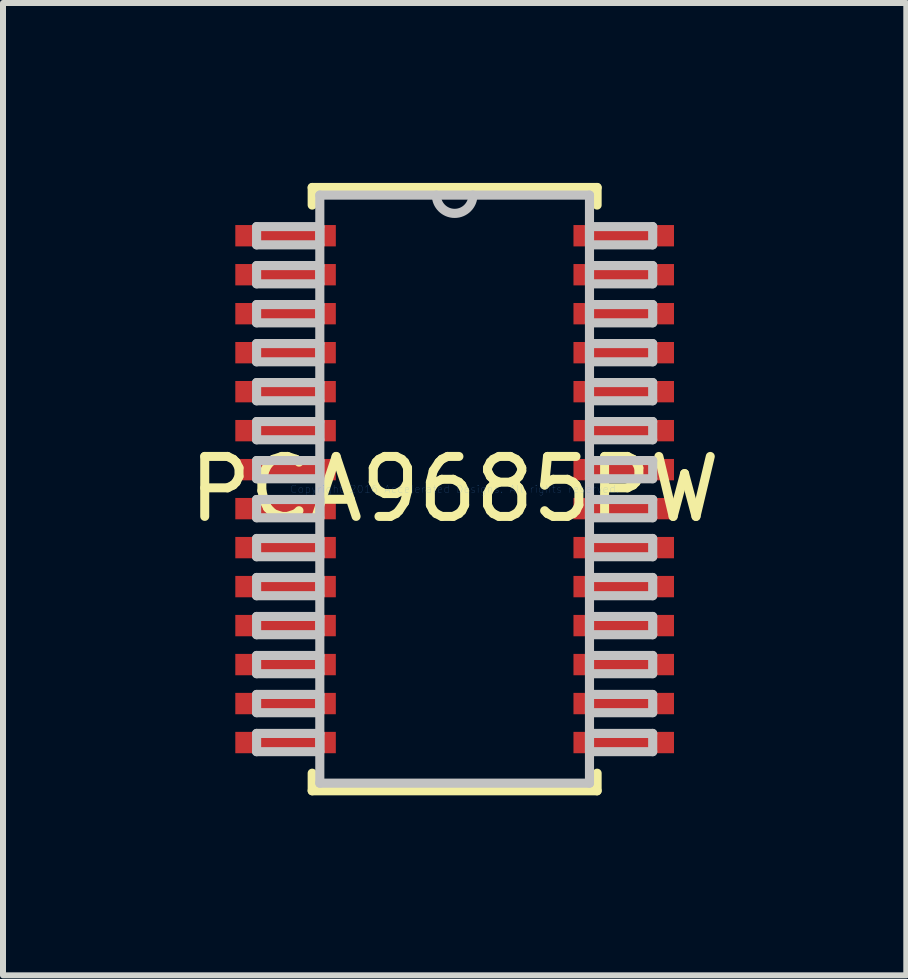
<source format=kicad_pcb>
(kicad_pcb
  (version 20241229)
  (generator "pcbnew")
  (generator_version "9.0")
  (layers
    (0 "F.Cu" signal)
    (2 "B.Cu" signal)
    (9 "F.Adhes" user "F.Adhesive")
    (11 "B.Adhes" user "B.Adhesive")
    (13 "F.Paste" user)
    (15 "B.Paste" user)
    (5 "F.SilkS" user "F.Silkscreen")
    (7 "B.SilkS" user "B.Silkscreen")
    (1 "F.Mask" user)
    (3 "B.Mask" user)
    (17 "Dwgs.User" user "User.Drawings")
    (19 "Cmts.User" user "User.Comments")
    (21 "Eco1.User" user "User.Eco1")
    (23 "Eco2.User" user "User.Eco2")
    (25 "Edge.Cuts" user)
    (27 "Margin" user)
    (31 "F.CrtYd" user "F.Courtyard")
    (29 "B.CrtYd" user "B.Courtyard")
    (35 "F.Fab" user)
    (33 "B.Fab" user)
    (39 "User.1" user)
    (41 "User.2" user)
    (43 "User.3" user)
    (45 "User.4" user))
  (footprint "PCA9685PW"
    (layer "F.Cu")
    (at 4.53 5.105)
    (property "Reference" "PCA9685PW" (at 0 0 0) (layer "F.SilkS") (effects (font (size 1 1) (thickness 0.15))))
    (attr through_hole)
    (fp_line (start -2.375 -5.029) (end -2.375 -4.736) (stroke (width 0.152) (type solid)) (layer "F.SilkS"))
    (fp_line (start -2.375 4.736) (end -2.375 5.029) (stroke (width 0.152) (type solid)) (layer "F.SilkS"))
    (fp_line (start -2.375 5.029) (end 2.375 5.029) (stroke (width 0.152) (type solid)) (layer "F.SilkS"))
    (fp_line (start 2.375 -5.029) (end -2.375 -5.029) (stroke (width 0.152) (type solid)) (layer "F.SilkS"))
    (fp_line (start 2.375 -4.736) (end 2.375 -5.029) (stroke (width 0.152) (type solid)) (layer "F.SilkS"))
    (fp_line (start 2.375 5.029) (end 2.375 4.736) (stroke (width 0.152) (type solid)) (layer "F.SilkS"))
    (fp_line (start -3.302 -4.377) (end -3.302 -4.073) (stroke (width 0.152) (type solid)) (layer "Dwgs.User"))
    (fp_line (start -3.302 -4.073) (end -2.248 -4.073) (stroke (width 0.152) (type solid)) (layer "Dwgs.User"))
    (fp_line (start -3.302 -3.727) (end -3.302 -3.423) (stroke (width 0.152) (type solid)) (layer "Dwgs.User"))
    (fp_line (start -3.302 -3.423) (end -2.248 -3.423) (stroke (width 0.152) (type solid)) (layer "Dwgs.User"))
    (fp_line (start -3.302 -3.077) (end -3.302 -2.773) (stroke (width 0.152) (type solid)) (layer "Dwgs.User"))
    (fp_line (start -3.302 -2.773) (end -2.248 -2.773) (stroke (width 0.152) (type solid)) (layer "Dwgs.User"))
    (fp_line (start -3.302 -2.427) (end -3.302 -2.123) (stroke (width 0.152) (type solid)) (layer "Dwgs.User"))
    (fp_line (start -3.302 -2.123) (end -2.248 -2.123) (stroke (width 0.152) (type solid)) (layer "Dwgs.User"))
    (fp_line (start -3.302 -1.777) (end -3.302 -1.473) (stroke (width 0.152) (type solid)) (layer "Dwgs.User"))
    (fp_line (start -3.302 -1.473) (end -2.248 -1.473) (stroke (width 0.152) (type solid)) (layer "Dwgs.User"))
    (fp_line (start -3.302 -1.127) (end -3.302 -0.823) (stroke (width 0.152) (type solid)) (layer "Dwgs.User"))
    (fp_line (start -3.302 -0.823) (end -2.248 -0.823) (stroke (width 0.152) (type solid)) (layer "Dwgs.User"))
    (fp_line (start -3.302 -0.477) (end -3.302 -0.173) (stroke (width 0.152) (type solid)) (layer "Dwgs.User"))
    (fp_line (start -3.302 -0.173) (end -2.248 -0.173) (stroke (width 0.152) (type solid)) (layer "Dwgs.User"))
    (fp_line (start -3.302 0.173) (end -3.302 0.477) (stroke (width 0.152) (type solid)) (layer "Dwgs.User"))
    (fp_line (start -3.302 0.477) (end -2.248 0.477) (stroke (width 0.152) (type solid)) (layer "Dwgs.User"))
    (fp_line (start -3.302 0.823) (end -3.302 1.127) (stroke (width 0.152) (type solid)) (layer "Dwgs.User"))
    (fp_line (start -3.302 1.127) (end -2.248 1.127) (stroke (width 0.152) (type solid)) (layer "Dwgs.User"))
    (fp_line (start -3.302 1.473) (end -3.302 1.777) (stroke (width 0.152) (type solid)) (layer "Dwgs.User"))
    (fp_line (start -3.302 1.777) (end -2.248 1.777) (stroke (width 0.152) (type solid)) (layer "Dwgs.User"))
    (fp_line (start -3.302 2.123) (end -3.302 2.427) (stroke (width 0.152) (type solid)) (layer "Dwgs.User"))
    (fp_line (start -3.302 2.427) (end -2.248 2.427) (stroke (width 0.152) (type solid)) (layer "Dwgs.User"))
    (fp_line (start -3.302 2.773) (end -3.302 3.077) (stroke (width 0.152) (type solid)) (layer "Dwgs.User"))
    (fp_line (start -3.302 3.077) (end -2.248 3.077) (stroke (width 0.152) (type solid)) (layer "Dwgs.User"))
    (fp_line (start -3.302 3.423) (end -3.302 3.727) (stroke (width 0.152) (type solid)) (layer "Dwgs.User"))
    (fp_line (start -3.302 3.727) (end -2.248 3.727) (stroke (width 0.152) (type solid)) (layer "Dwgs.User"))
    (fp_line (start -3.302 4.073) (end -3.302 4.377) (stroke (width 0.152) (type solid)) (layer "Dwgs.User"))
    (fp_line (start -3.302 4.377) (end -2.248 4.377) (stroke (width 0.152) (type solid)) (layer "Dwgs.User"))
    (fp_line (start -2.248 -4.902) (end -2.248 4.902) (stroke (width 0.152) (type solid)) (layer "Dwgs.User"))
    (fp_line (start -2.248 -4.377) (end -3.302 -4.377) (stroke (width 0.152) (type solid)) (layer "Dwgs.User"))
    (fp_line (start -2.248 -4.073) (end -2.248 -4.377) (stroke (width 0.152) (type solid)) (layer "Dwgs.User"))
    (fp_line (start -2.248 -3.727) (end -3.302 -3.727) (stroke (width 0.152) (type solid)) (layer "Dwgs.User"))
    (fp_line (start -2.248 -3.423) (end -2.248 -3.727) (stroke (width 0.152) (type solid)) (layer "Dwgs.User"))
    (fp_line (start -2.248 -3.077) (end -3.302 -3.077) (stroke (width 0.152) (type solid)) (layer "Dwgs.User"))
    (fp_line (start -2.248 -2.773) (end -2.248 -3.077) (stroke (width 0.152) (type solid)) (layer "Dwgs.User"))
    (fp_line (start -2.248 -2.427) (end -3.302 -2.427) (stroke (width 0.152) (type solid)) (layer "Dwgs.User"))
    (fp_line (start -2.248 -2.123) (end -2.248 -2.427) (stroke (width 0.152) (type solid)) (layer "Dwgs.User"))
    (fp_line (start -2.248 -1.777) (end -3.302 -1.777) (stroke (width 0.152) (type solid)) (layer "Dwgs.User"))
    (fp_line (start -2.248 -1.473) (end -2.248 -1.777) (stroke (width 0.152) (type solid)) (layer "Dwgs.User"))
    (fp_line (start -2.248 -1.127) (end -3.302 -1.127) (stroke (width 0.152) (type solid)) (layer "Dwgs.User"))
    (fp_line (start -2.248 -0.823) (end -2.248 -1.127) (stroke (width 0.152) (type solid)) (layer "Dwgs.User"))
    (fp_line (start -2.248 -0.477) (end -3.302 -0.477) (stroke (width 0.152) (type solid)) (layer "Dwgs.User"))
    (fp_line (start -2.248 -0.173) (end -2.248 -0.477) (stroke (width 0.152) (type solid)) (layer "Dwgs.User"))
    (fp_line (start -2.248 0.173) (end -3.302 0.173) (stroke (width 0.152) (type solid)) (layer "Dwgs.User"))
    (fp_line (start -2.248 0.477) (end -2.248 0.173) (stroke (width 0.152) (type solid)) (layer "Dwgs.User"))
    (fp_line (start -2.248 0.823) (end -3.302 0.823) (stroke (width 0.152) (type solid)) (layer "Dwgs.User"))
    (fp_line (start -2.248 1.127) (end -2.248 0.823) (stroke (width 0.152) (type solid)) (layer "Dwgs.User"))
    (fp_line (start -2.248 1.473) (end -3.302 1.473) (stroke (width 0.152) (type solid)) (layer "Dwgs.User"))
    (fp_line (start -2.248 1.777) (end -2.248 1.473) (stroke (width 0.152) (type solid)) (layer "Dwgs.User"))
    (fp_line (start -2.248 2.123) (end -3.302 2.123) (stroke (width 0.152) (type solid)) (layer "Dwgs.User"))
    (fp_line (start -2.248 2.427) (end -2.248 2.123) (stroke (width 0.152) (type solid)) (layer "Dwgs.User"))
    (fp_line (start -2.248 2.773) (end -3.302 2.773) (stroke (width 0.152) (type solid)) (layer "Dwgs.User"))
    (fp_line (start -2.248 3.077) (end -2.248 2.773) (stroke (width 0.152) (type solid)) (layer "Dwgs.User"))
    (fp_line (start -2.248 3.423) (end -3.302 3.423) (stroke (width 0.152) (type solid)) (layer "Dwgs.User"))
    (fp_line (start -2.248 3.727) (end -2.248 3.423) (stroke (width 0.152) (type solid)) (layer "Dwgs.User"))
    (fp_line (start -2.248 4.073) (end -3.302 4.073) (stroke (width 0.152) (type solid)) (layer "Dwgs.User"))
    (fp_line (start -2.248 4.377) (end -2.248 4.073) (stroke (width 0.152) (type solid)) (layer "Dwgs.User"))
    (fp_line (start -2.248 4.902) (end 2.248 4.902) (stroke (width 0.152) (type solid)) (layer "Dwgs.User"))
    (fp_line (start 2.248 -4.902) (end -2.248 -4.902) (stroke (width 0.152) (type solid)) (layer "Dwgs.User"))
    (fp_line (start 2.248 -4.377) (end 2.248 -4.073) (stroke (width 0.152) (type solid)) (layer "Dwgs.User"))
    (fp_line (start 2.248 -4.073) (end 3.302 -4.073) (stroke (width 0.152) (type solid)) (layer "Dwgs.User"))
    (fp_line (start 2.248 -3.727) (end 2.248 -3.423) (stroke (width 0.152) (type solid)) (layer "Dwgs.User"))
    (fp_line (start 2.248 -3.423) (end 3.302 -3.423) (stroke (width 0.152) (type solid)) (layer "Dwgs.User"))
    (fp_line (start 2.248 -3.077) (end 2.248 -2.773) (stroke (width 0.152) (type solid)) (layer "Dwgs.User"))
    (fp_line (start 2.248 -2.773) (end 3.302 -2.773) (stroke (width 0.152) (type solid)) (layer "Dwgs.User"))
    (fp_line (start 2.248 -2.427) (end 2.248 -2.123) (stroke (width 0.152) (type solid)) (layer "Dwgs.User"))
    (fp_line (start 2.248 -2.123) (end 3.302 -2.123) (stroke (width 0.152) (type solid)) (layer "Dwgs.User"))
    (fp_line (start 2.248 -1.777) (end 2.248 -1.473) (stroke (width 0.152) (type solid)) (layer "Dwgs.User"))
    (fp_line (start 2.248 -1.473) (end 3.302 -1.473) (stroke (width 0.152) (type solid)) (layer "Dwgs.User"))
    (fp_line (start 2.248 -1.127) (end 2.248 -0.823) (stroke (width 0.152) (type solid)) (layer "Dwgs.User"))
    (fp_line (start 2.248 -0.823) (end 3.302 -0.823) (stroke (width 0.152) (type solid)) (layer "Dwgs.User"))
    (fp_line (start 2.248 -0.477) (end 2.248 -0.173) (stroke (width 0.152) (type solid)) (layer "Dwgs.User"))
    (fp_line (start 2.248 -0.173) (end 3.302 -0.173) (stroke (width 0.152) (type solid)) (layer "Dwgs.User"))
    (fp_line (start 2.248 0.173) (end 2.248 0.477) (stroke (width 0.152) (type solid)) (layer "Dwgs.User"))
    (fp_line (start 2.248 0.477) (end 3.302 0.477) (stroke (width 0.152) (type solid)) (layer "Dwgs.User"))
    (fp_line (start 2.248 0.823) (end 2.248 1.127) (stroke (width 0.152) (type solid)) (layer "Dwgs.User"))
    (fp_line (start 2.248 1.127) (end 3.302 1.127) (stroke (width 0.152) (type solid)) (layer "Dwgs.User"))
    (fp_line (start 2.248 1.473) (end 2.248 1.777) (stroke (width 0.152) (type solid)) (layer "Dwgs.User"))
    (fp_line (start 2.248 1.777) (end 3.302 1.777) (stroke (width 0.152) (type solid)) (layer "Dwgs.User"))
    (fp_line (start 2.248 2.123) (end 2.248 2.427) (stroke (width 0.152) (type solid)) (layer "Dwgs.User"))
    (fp_line (start 2.248 2.427) (end 3.302 2.427) (stroke (width 0.152) (type solid)) (layer "Dwgs.User"))
    (fp_line (start 2.248 2.773) (end 2.248 3.077) (stroke (width 0.152) (type solid)) (layer "Dwgs.User"))
    (fp_line (start 2.248 3.077) (end 3.302 3.077) (stroke (width 0.152) (type solid)) (layer "Dwgs.User"))
    (fp_line (start 2.248 3.423) (end 2.248 3.727) (stroke (width 0.152) (type solid)) (layer "Dwgs.User"))
    (fp_line (start 2.248 3.727) (end 3.302 3.727) (stroke (width 0.152) (type solid)) (layer "Dwgs.User"))
    (fp_line (start 2.248 4.073) (end 2.248 4.377) (stroke (width 0.152) (type solid)) (layer "Dwgs.User"))
    (fp_line (start 2.248 4.377) (end 3.302 4.377) (stroke (width 0.152) (type solid)) (layer "Dwgs.User"))
    (fp_line (start 2.248 4.902) (end 2.248 -4.902) (stroke (width 0.152) (type solid)) (layer "Dwgs.User"))
    (fp_line (start 3.302 -4.377) (end 2.248 -4.377) (stroke (width 0.152) (type solid)) (layer "Dwgs.User"))
    (fp_line (start 3.302 -4.073) (end 3.302 -4.377) (stroke (width 0.152) (type solid)) (layer "Dwgs.User"))
    (fp_line (start 3.302 -3.727) (end 2.248 -3.727) (stroke (width 0.152) (type solid)) (layer "Dwgs.User"))
    (fp_line (start 3.302 -3.423) (end 3.302 -3.727) (stroke (width 0.152) (type solid)) (layer "Dwgs.User"))
    (fp_line (start 3.302 -3.077) (end 2.248 -3.077) (stroke (width 0.152) (type solid)) (layer "Dwgs.User"))
    (fp_line (start 3.302 -2.773) (end 3.302 -3.077) (stroke (width 0.152) (type solid)) (layer "Dwgs.User"))
    (fp_line (start 3.302 -2.427) (end 2.248 -2.427) (stroke (width 0.152) (type solid)) (layer "Dwgs.User"))
    (fp_line (start 3.302 -2.123) (end 3.302 -2.427) (stroke (width 0.152) (type solid)) (layer "Dwgs.User"))
    (fp_line (start 3.302 -1.777) (end 2.248 -1.777) (stroke (width 0.152) (type solid)) (layer "Dwgs.User"))
    (fp_line (start 3.302 -1.473) (end 3.302 -1.777) (stroke (width 0.152) (type solid)) (layer "Dwgs.User"))
    (fp_line (start 3.302 -1.127) (end 2.248 -1.127) (stroke (width 0.152) (type solid)) (layer "Dwgs.User"))
    (fp_line (start 3.302 -0.823) (end 3.302 -1.127) (stroke (width 0.152) (type solid)) (layer "Dwgs.User"))
    (fp_line (start 3.302 -0.477) (end 2.248 -0.477) (stroke (width 0.152) (type solid)) (layer "Dwgs.User"))
    (fp_line (start 3.302 -0.173) (end 3.302 -0.477) (stroke (width 0.152) (type solid)) (layer "Dwgs.User"))
    (fp_line (start 3.302 0.173) (end 2.248 0.173) (stroke (width 0.152) (type solid)) (layer "Dwgs.User"))
    (fp_line (start 3.302 0.477) (end 3.302 0.173) (stroke (width 0.152) (type solid)) (layer "Dwgs.User"))
    (fp_line (start 3.302 0.823) (end 2.248 0.823) (stroke (width 0.152) (type solid)) (layer "Dwgs.User"))
    (fp_line (start 3.302 1.127) (end 3.302 0.823) (stroke (width 0.152) (type solid)) (layer "Dwgs.User"))
    (fp_line (start 3.302 1.473) (end 2.248 1.473) (stroke (width 0.152) (type solid)) (layer "Dwgs.User"))
    (fp_line (start 3.302 1.777) (end 3.302 1.473) (stroke (width 0.152) (type solid)) (layer "Dwgs.User"))
    (fp_line (start 3.302 2.123) (end 2.248 2.123) (stroke (width 0.152) (type solid)) (layer "Dwgs.User"))
    (fp_line (start 3.302 2.427) (end 3.302 2.123) (stroke (width 0.152) (type solid)) (layer "Dwgs.User"))
    (fp_line (start 3.302 2.773) (end 2.248 2.773) (stroke (width 0.152) (type solid)) (layer "Dwgs.User"))
    (fp_line (start 3.302 3.077) (end 3.302 2.773) (stroke (width 0.152) (type solid)) (layer "Dwgs.User"))
    (fp_line (start 3.302 3.423) (end 2.248 3.423) (stroke (width 0.152) (type solid)) (layer "Dwgs.User"))
    (fp_line (start 3.302 3.727) (end 3.302 3.423) (stroke (width 0.152) (type solid)) (layer "Dwgs.User"))
    (fp_line (start 3.302 4.073) (end 2.248 4.073) (stroke (width 0.152) (type solid)) (layer "Dwgs.User"))
    (fp_line (start 3.302 4.377) (end 3.302 4.073) (stroke (width 0.152) (type solid)) (layer "Dwgs.User"))
    (fp_arc (start 0.3048 -4.9022) (mid 0 -4.5974) (end -0.3048 -4.9022) (stroke (width 0.1524) (type solid)) (layer "Dwgs.User"))
    (fp_text user "Copyright 2016 Accelerated Designs. All rights reserved." (at 0 0 0) (layer "Cmts.User") (effects (font (size 0.127 0.127) (thickness 0.002))))
    (pad "1" smd rect (at -2.819 -4.225) (size 1.676 0.356) (layers "F.Cu" "F.Mask" "F.Paste"))
    (pad "2" smd rect (at -2.819 -3.575) (size 1.676 0.356) (layers "F.Cu" "F.Mask" "F.Paste"))
    (pad "3" smd rect (at -2.819 -2.925) (size 1.676 0.356) (layers "F.Cu" "F.Mask" "F.Paste"))
    (pad "4" smd rect (at -2.819 -2.275) (size 1.676 0.356) (layers "F.Cu" "F.Mask" "F.Paste"))
    (pad "5" smd rect (at -2.819 -1.625) (size 1.676 0.356) (layers "F.Cu" "F.Mask" "F.Paste"))
    (pad "6" smd rect (at -2.819 -0.975) (size 1.676 0.356) (layers "F.Cu" "F.Mask" "F.Paste"))
    (pad "7" smd rect (at -2.819 -0.325) (size 1.676 0.356) (layers "F.Cu" "F.Mask" "F.Paste"))
    (pad "8" smd rect (at -2.819 0.325) (size 1.676 0.356) (layers "F.Cu" "F.Mask" "F.Paste"))
    (pad "9" smd rect (at -2.819 0.975) (size 1.676 0.356) (layers "F.Cu" "F.Mask" "F.Paste"))
    (pad "10" smd rect (at -2.819 1.625) (size 1.676 0.356) (layers "F.Cu" "F.Mask" "F.Paste"))
    (pad "11" smd rect (at -2.819 2.275) (size 1.676 0.356) (layers "F.Cu" "F.Mask" "F.Paste"))
    (pad "12" smd rect (at -2.819 2.925) (size 1.676 0.356) (layers "F.Cu" "F.Mask" "F.Paste"))
    (pad "13" smd rect (at -2.819 3.575) (size 1.676 0.356) (layers "F.Cu" "F.Mask" "F.Paste"))
    (pad "14" smd rect (at -2.819 4.225) (size 1.676 0.356) (layers "F.Cu" "F.Mask" "F.Paste"))
    (pad "15" smd rect (at 2.819 4.225) (size 1.676 0.356) (layers "F.Cu" "F.Mask" "F.Paste"))
    (pad "16" smd rect (at 2.819 3.575) (size 1.676 0.356) (layers "F.Cu" "F.Mask" "F.Paste"))
    (pad "17" smd rect (at 2.819 2.925) (size 1.676 0.356) (layers "F.Cu" "F.Mask" "F.Paste"))
    (pad "18" smd rect (at 2.819 2.275) (size 1.676 0.356) (layers "F.Cu" "F.Mask" "F.Paste"))
    (pad "19" smd rect (at 2.819 1.625) (size 1.676 0.356) (layers "F.Cu" "F.Mask" "F.Paste"))
    (pad "20" smd rect (at 2.819 0.975) (size 1.676 0.356) (layers "F.Cu" "F.Mask" "F.Paste"))
    (pad "21" smd rect (at 2.819 0.325) (size 1.676 0.356) (layers "F.Cu" "F.Mask" "F.Paste"))
    (pad "22" smd rect (at 2.819 -0.325) (size 1.676 0.356) (layers "F.Cu" "F.Mask" "F.Paste"))
    (pad "23" smd rect (at 2.819 -0.975) (size 1.676 0.356) (layers "F.Cu" "F.Mask" "F.Paste"))
    (pad "24" smd rect (at 2.819 -1.625) (size 1.676 0.356) (layers "F.Cu" "F.Mask" "F.Paste"))
    (pad "25" smd rect (at 2.819 -2.275) (size 1.676 0.356) (layers "F.Cu" "F.Mask" "F.Paste"))
    (pad "26" smd rect (at 2.819 -2.925) (size 1.676 0.356) (layers "F.Cu" "F.Mask" "F.Paste"))
    (pad "27" smd rect (at 2.819 -3.575) (size 1.676 0.356) (layers "F.Cu" "F.Mask" "F.Paste"))
    (pad "28" smd rect (at 2.819 -4.225) (size 1.676 0.356) (layers "F.Cu" "F.Mask" "F.Paste")))
  (gr_rect
    (start -3 -3)
    (end 12.06 13.211)
    (stroke (width 0.1) (type default))
    (fill no)
    (layer "Edge.Cuts")))
</source>
